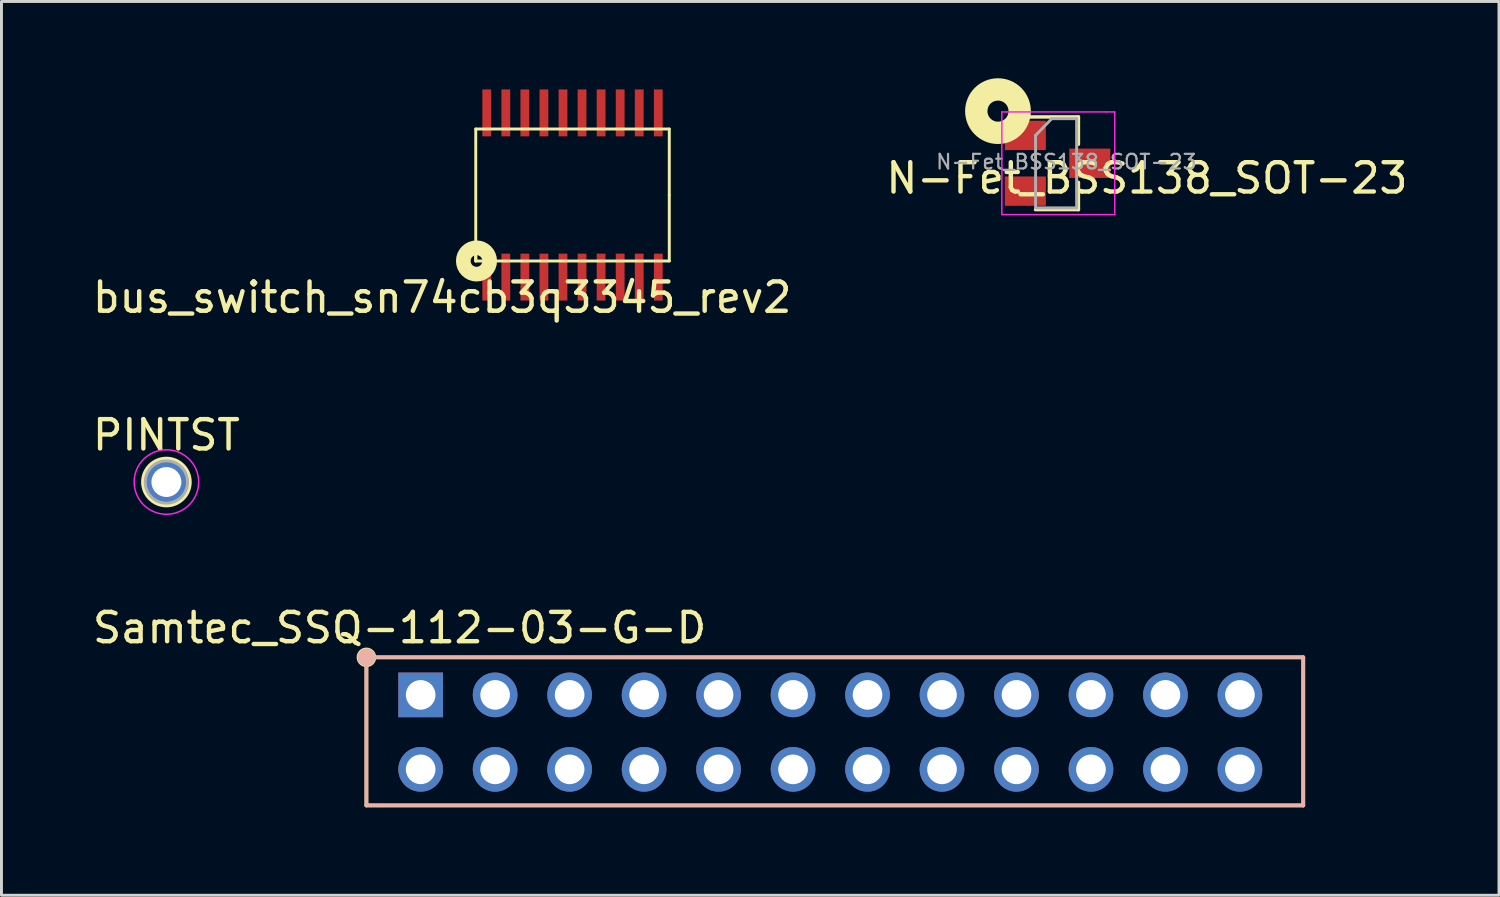
<source format=kicad_pcb>
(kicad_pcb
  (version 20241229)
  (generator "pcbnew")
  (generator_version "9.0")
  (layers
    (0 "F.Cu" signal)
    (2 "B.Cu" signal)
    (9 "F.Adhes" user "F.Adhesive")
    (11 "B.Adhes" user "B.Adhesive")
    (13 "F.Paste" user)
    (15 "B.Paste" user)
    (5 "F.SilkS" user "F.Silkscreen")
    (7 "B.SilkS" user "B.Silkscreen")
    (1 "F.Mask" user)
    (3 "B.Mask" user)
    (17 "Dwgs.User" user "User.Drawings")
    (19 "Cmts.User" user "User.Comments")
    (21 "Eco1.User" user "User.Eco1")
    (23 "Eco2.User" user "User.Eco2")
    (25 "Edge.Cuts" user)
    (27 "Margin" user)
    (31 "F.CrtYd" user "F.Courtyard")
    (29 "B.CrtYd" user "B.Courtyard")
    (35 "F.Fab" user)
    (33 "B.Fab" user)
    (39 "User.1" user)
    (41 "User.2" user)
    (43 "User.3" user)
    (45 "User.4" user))
  (footprint "bus_switch_sn74cb3q3345_rev2"
    (layer "F.Cu")
    (at 16.475 3.6)
    (property "Reference" "bus_switch_sn74cb3q3345_rev2" (at -4.445 3.493 0) (layer "F.SilkS") (effects (font (size 1 1) (thickness 0.15))))
    (attr smd)
    (fp_line (start -3.3 -2.25) (end -3.3 2.25) (stroke (width 0.1) (type solid)) (layer "F.SilkS"))
    (fp_line (start -3.3 2.25) (end -3.3 2.05) (stroke (width 0.1) (type solid)) (layer "F.SilkS"))
    (fp_line (start 3.3 -2.25) (end -3.3 -2.25) (stroke (width 0.1) (type solid)) (layer "F.SilkS"))
    (fp_line (start 3.3 0) (end 3.3 -2.25) (stroke (width 0.1) (type solid)) (layer "F.SilkS"))
    (fp_line (start 3.3 0) (end 3.3 2.25) (stroke (width 0.1) (type solid)) (layer "F.SilkS"))
    (fp_line (start 3.3 2.25) (end -3.3 2.25) (stroke (width 0.1) (type solid)) (layer "F.SilkS"))
    (fp_circle (center -3.275 2.25) (end -3.275 2.05) (stroke (width 0.5) (type solid)) (fill no) (layer "F.SilkS"))
    (pad "1" smd rect (at -2.925 2.8) (size 0.3 1.6) (layers "F.Cu" "F.Mask" "F.Paste"))
    (pad "2" smd rect (at -2.275 2.8) (size 0.3 1.6) (layers "F.Cu" "F.Mask" "F.Paste"))
    (pad "3" smd rect (at -1.625 2.8) (size 0.3 1.6) (layers "F.Cu" "F.Mask" "F.Paste"))
    (pad "4" smd rect (at -0.975 2.8) (size 0.3 1.6) (layers "F.Cu" "F.Mask" "F.Paste"))
    (pad "5" smd rect (at -0.325 2.8) (size 0.3 1.6) (layers "F.Cu" "F.Mask" "F.Paste"))
    (pad "6" smd rect (at 0.325 2.8) (size 0.3 1.6) (layers "F.Cu" "F.Mask" "F.Paste"))
    (pad "7" smd rect (at 0.975 2.8) (size 0.3 1.6) (layers "F.Cu" "F.Mask" "F.Paste"))
    (pad "8" smd rect (at 1.625 2.8) (size 0.3 1.6) (layers "F.Cu" "F.Mask" "F.Paste"))
    (pad "9" smd rect (at 2.275 2.8) (size 0.3 1.6) (layers "F.Cu" "F.Mask" "F.Paste"))
    (pad "10" smd rect (at 2.925 2.8) (size 0.3 1.6) (layers "F.Cu" "F.Mask" "F.Paste"))
    (pad "11" smd rect (at 2.925 -2.8) (size 0.3 1.6) (layers "F.Cu" "F.Mask" "F.Paste"))
    (pad "12" smd rect (at 2.275 -2.8) (size 0.3 1.6) (layers "F.Cu" "F.Mask" "F.Paste"))
    (pad "13" smd rect (at 1.625 -2.8) (size 0.3 1.6) (layers "F.Cu" "F.Mask" "F.Paste"))
    (pad "14" smd rect (at 0.975 -2.8) (size 0.3 1.6) (layers "F.Cu" "F.Mask" "F.Paste"))
    (pad "15" smd rect (at 0.325 -2.8) (size 0.3 1.6) (layers "F.Cu" "F.Mask" "F.Paste"))
    (pad "16" smd rect (at -0.325 -2.8) (size 0.3 1.6) (layers "F.Cu" "F.Mask" "F.Paste"))
    (pad "17" smd rect (at -0.975 -2.8) (size 0.3 1.6) (layers "F.Cu" "F.Mask" "F.Paste"))
    (pad "18" smd rect (at -1.625 -2.8) (size 0.3 1.6) (layers "F.Cu" "F.Mask" "F.Paste"))
    (pad "19" smd rect (at -2.275 -2.8) (size 0.3 1.6) (layers "F.Cu" "F.Mask" "F.Paste"))
    (pad "20" smd rect (at -2.925 -2.8) (size 0.3 1.6) (layers "F.Cu" "F.Mask" "F.Paste")))
  (footprint "Samtec_SSQ-112-03-G-D"
    (layer "F.Cu")
    (at 25.246 21.918)
    (property "Reference" "Samtec_SSQ-112-03-G-D" (at -14.668 -3.556 0) (layer "F.SilkS") (effects (font (size 1 1) (thickness 0.15))))
    (attr through_hole)
    (fp_line (start -15.8 -2.55) (end -15.8 2.5) (stroke (width 0.127) (type solid)) (layer "F.SilkS"))
    (fp_line (start -15.8 2.5) (end 16.15 2.5) (stroke (width 0.127) (type solid)) (layer "F.SilkS"))
    (fp_line (start 16.15 -2.55) (end -15.8 -2.55) (stroke (width 0.127) (type solid)) (layer "F.SilkS"))
    (fp_line (start 16.15 2.5) (end 16.15 -2.55) (stroke (width 0.127) (type solid)) (layer "F.SilkS"))
    (fp_circle (center -15.8 -2.55) (end -15.75 -2.6) (stroke (width 0.127) (type solid)) (fill no) (layer "F.SilkS"))
    (fp_circle (center -15.8 -2.55) (end -15.65 -2.65) (stroke (width 0.127) (type solid)) (fill no) (layer "F.SilkS"))
    (fp_circle (center -15.8 -2.55) (end -15.55 -2.65) (stroke (width 0.127) (type solid)) (fill no) (layer "F.SilkS"))
    (fp_line (start -15.8 -2.55) (end -15.8 2.5) (stroke (width 0.127) (type solid)) (layer "B.SilkS"))
    (fp_line (start -15.8 2.5) (end 16.15 2.5) (stroke (width 0.127) (type solid)) (layer "B.SilkS"))
    (fp_line (start 16.15 -2.55) (end -15.8 -2.55) (stroke (width 0.127) (type solid)) (layer "B.SilkS"))
    (fp_line (start 16.15 2.5) (end 16.15 -2.55) (stroke (width 0.127) (type solid)) (layer "B.SilkS"))
    (fp_circle (center -15.8 -2.55) (end -15.7 -2.4) (stroke (width 0.254) (type solid)) (fill no) (layer "B.SilkS"))
    (pad "1" thru_hole rect (at -13.95 -1.27) (size 1.524 1.524) (drill 1.01) (layers "*.Cu" "*.Mask"))
    (pad "2" thru_hole circle (at -13.95 1.27) (size 1.524 1.524) (drill 1.01) (layers "*.Cu" "*.Mask"))
    (pad "3" thru_hole circle (at -11.41 -1.27) (size 1.524 1.524) (drill 1.01) (layers "*.Cu" "*.Mask"))
    (pad "4" thru_hole circle (at -11.41 1.27) (size 1.524 1.524) (drill 1.01) (layers "*.Cu" "*.Mask"))
    (pad "5" thru_hole circle (at -8.87 -1.27) (size 1.524 1.524) (drill 1.01) (layers "*.Cu" "*.Mask"))
    (pad "6" thru_hole circle (at -8.87 1.27) (size 1.524 1.524) (drill 1.01) (layers "*.Cu" "*.Mask"))
    (pad "7" thru_hole circle (at -6.33 -1.27) (size 1.524 1.524) (drill 1.01) (layers "*.Cu" "*.Mask"))
    (pad "8" thru_hole circle (at -6.33 1.27) (size 1.524 1.524) (drill 1.01) (layers "*.Cu" "*.Mask"))
    (pad "9" thru_hole circle (at -3.79 -1.27) (size 1.524 1.524) (drill 1.01) (layers "*.Cu" "*.Mask"))
    (pad "10" thru_hole circle (at -3.79 1.27) (size 1.524 1.524) (drill 1.01) (layers "*.Cu" "*.Mask"))
    (pad "11" thru_hole circle (at -1.25 -1.27) (size 1.524 1.524) (drill 1.01) (layers "*.Cu" "*.Mask"))
    (pad "12" thru_hole circle (at -1.25 1.27) (size 1.524 1.524) (drill 1.01) (layers "*.Cu" "*.Mask"))
    (pad "13" thru_hole circle (at 1.29 -1.27) (size 1.524 1.524) (drill 1.01) (layers "*.Cu" "*.Mask"))
    (pad "14" thru_hole circle (at 1.29 1.27) (size 1.524 1.524) (drill 1.01) (layers "*.Cu" "*.Mask"))
    (pad "15" thru_hole circle (at 3.83 -1.27) (size 1.524 1.524) (drill 1.01) (layers "*.Cu" "*.Mask"))
    (pad "16" thru_hole circle (at 3.83 1.27) (size 1.524 1.524) (drill 1.01) (layers "*.Cu" "*.Mask"))
    (pad "17" thru_hole circle (at 6.37 -1.27) (size 1.524 1.524) (drill 1.01) (layers "*.Cu" "*.Mask"))
    (pad "18" thru_hole circle (at 6.37 1.27) (size 1.524 1.524) (drill 1.01) (layers "*.Cu" "*.Mask"))
    (pad "19" thru_hole circle (at 8.91 -1.27) (size 1.524 1.524) (drill 1.01) (layers "*.Cu" "*.Mask"))
    (pad "20" thru_hole circle (at 8.91 1.27) (size 1.524 1.524) (drill 1.01) (layers "*.Cu" "*.Mask"))
    (pad "21" thru_hole circle (at 11.45 -1.27) (size 1.524 1.524) (drill 1.01) (layers "*.Cu" "*.Mask"))
    (pad "22" thru_hole circle (at 11.45 1.27) (size 1.524 1.524) (drill 1.01) (layers "*.Cu" "*.Mask"))
    (pad "23" thru_hole circle (at 13.99 -1.27) (size 1.524 1.524) (drill 1.01) (layers "*.Cu" "*.Mask"))
    (pad "24" thru_hole circle (at 13.99 1.27) (size 1.524 1.524) (drill 1.01) (layers "*.Cu" "*.Mask")))
  (footprint "PINTST"
    (layer "F.Cu")
    (at 2.625 13.389)
    (property "Reference" "PINTST" (at 0 -1.6 0) (layer "F.SilkS") (effects (font (size 1 1) (thickness 0.15))))
    (attr through_hole)
    (fp_circle (center 0 0) (end -0.254 -0.762) (stroke (width 0.12) (type solid)) (fill no) (layer "F.SilkS"))
    (fp_circle (center 0 0) (end 1.1 0) (stroke (width 0.05) (type solid)) (fill no) (layer "F.CrtYd"))
    (fp_circle (center 0 0) (end 0.4 0.6) (stroke (width 0.1) (type solid)) (fill no) (layer "F.Fab"))
    (pad "1" thru_hole circle (at 0 0) (size 1.5 1.5) (drill 1.02) (layers "*.Cu" "*.Mask")))
  (footprint "N-Fet_BSS138_SOT-23"
    (layer "F.Cu")
    (at 33.017 2.518)
    (property "Reference" "N-Fet_BSS138_SOT-23" (at 3.048 0.508 0) (layer "F.SilkS") (effects (font (size 1 1) (thickness 0.15))))
    (attr smd)
    (fp_line (start 0.71 -1.58) (end -1.45 -1.58) (stroke (width 0.12) (type solid)) (layer "F.SilkS"))
    (fp_line (start 0.71 -1.58) (end 0.71 -0.65) (stroke (width 0.12) (type solid)) (layer "F.SilkS"))
    (fp_line (start 0.71 1.58) (end -0.75 1.58) (stroke (width 0.12) (type solid)) (layer "F.SilkS"))
    (fp_line (start 0.71 1.58) (end 0.71 0.65) (stroke (width 0.12) (type solid)) (layer "F.SilkS"))
    (fp_circle (center -2.032 -1.778) (end -1.778 -1.524) (stroke (width 0.762) (type solid)) (fill no) (layer "F.SilkS"))
    (fp_line (start -1.9 -1.75) (end -1.75 -1.75) (stroke (width 0.05) (type solid)) (layer "F.CrtYd"))
    (fp_line (start -1.9 1.75) (end -1.9 -1.75) (stroke (width 0.05) (type solid)) (layer "F.CrtYd"))
    (fp_line (start -1.75 -1.75) (end 1.65 -1.75) (stroke (width 0.05) (type solid)) (layer "F.CrtYd"))
    (fp_line (start -1.75 1.75) (end -1.9 1.75) (stroke (width 0.05) (type solid)) (layer "F.CrtYd"))
    (fp_line (start 1.65 1.75) (end -1.75 1.75) (stroke (width 0.05) (type solid)) (layer "F.CrtYd"))
    (fp_line (start 1.65 1.75) (end 1.95 1.75) (stroke (width 0.05) (type solid)) (layer "F.CrtYd"))
    (fp_line (start 1.95 -1.75) (end 1.65 -1.75) (stroke (width 0.05) (type solid)) (layer "F.CrtYd"))
    (fp_line (start 1.95 -1.75) (end 1.95 1.75) (stroke (width 0.05) (type solid)) (layer "F.CrtYd"))
    (fp_line (start -0.75 -0.95) (end -0.75 1.5) (stroke (width 0.1) (type solid)) (layer "F.Fab"))
    (fp_line (start -0.75 -0.95) (end -0.2 -1.52) (stroke (width 0.1) (type solid)) (layer "F.Fab"))
    (fp_line (start -0.75 1.52) (end 0.65 1.52) (stroke (width 0.1) (type solid)) (layer "F.Fab"))
    (fp_line (start -0.2 -1.52) (end 0.65 -1.52) (stroke (width 0.1) (type solid)) (layer "F.Fab"))
    (fp_line (start 0.65 -1.52) (end 0.65 1.52) (stroke (width 0.1) (type solid)) (layer "F.Fab"))
    (fp_text user "${REFERENCE}" (at 0.3 -0.05 0) (layer "F.Fab") (effects (font (size 0.5 0.5) (thickness 0.075))))
    (pad "1" smd rect (at -1.1 -0.95) (size 1.4 1) (layers "F.Cu" "F.Mask" "F.Paste"))
    (pad "2" smd rect (at -1.1 0.95) (size 1.4 1) (layers "F.Cu" "F.Mask" "F.Paste"))
    (pad "3" smd rect (at 1.1 0) (size 1.4 1) (layers "F.Cu" "F.Mask" "F.Paste")))
  (gr_rect
    (start -3 -3)
    (end 48.071 27.482)
    (stroke (width 0.1) (type default))
    (fill no)
    (layer "Edge.Cuts")))
</source>
